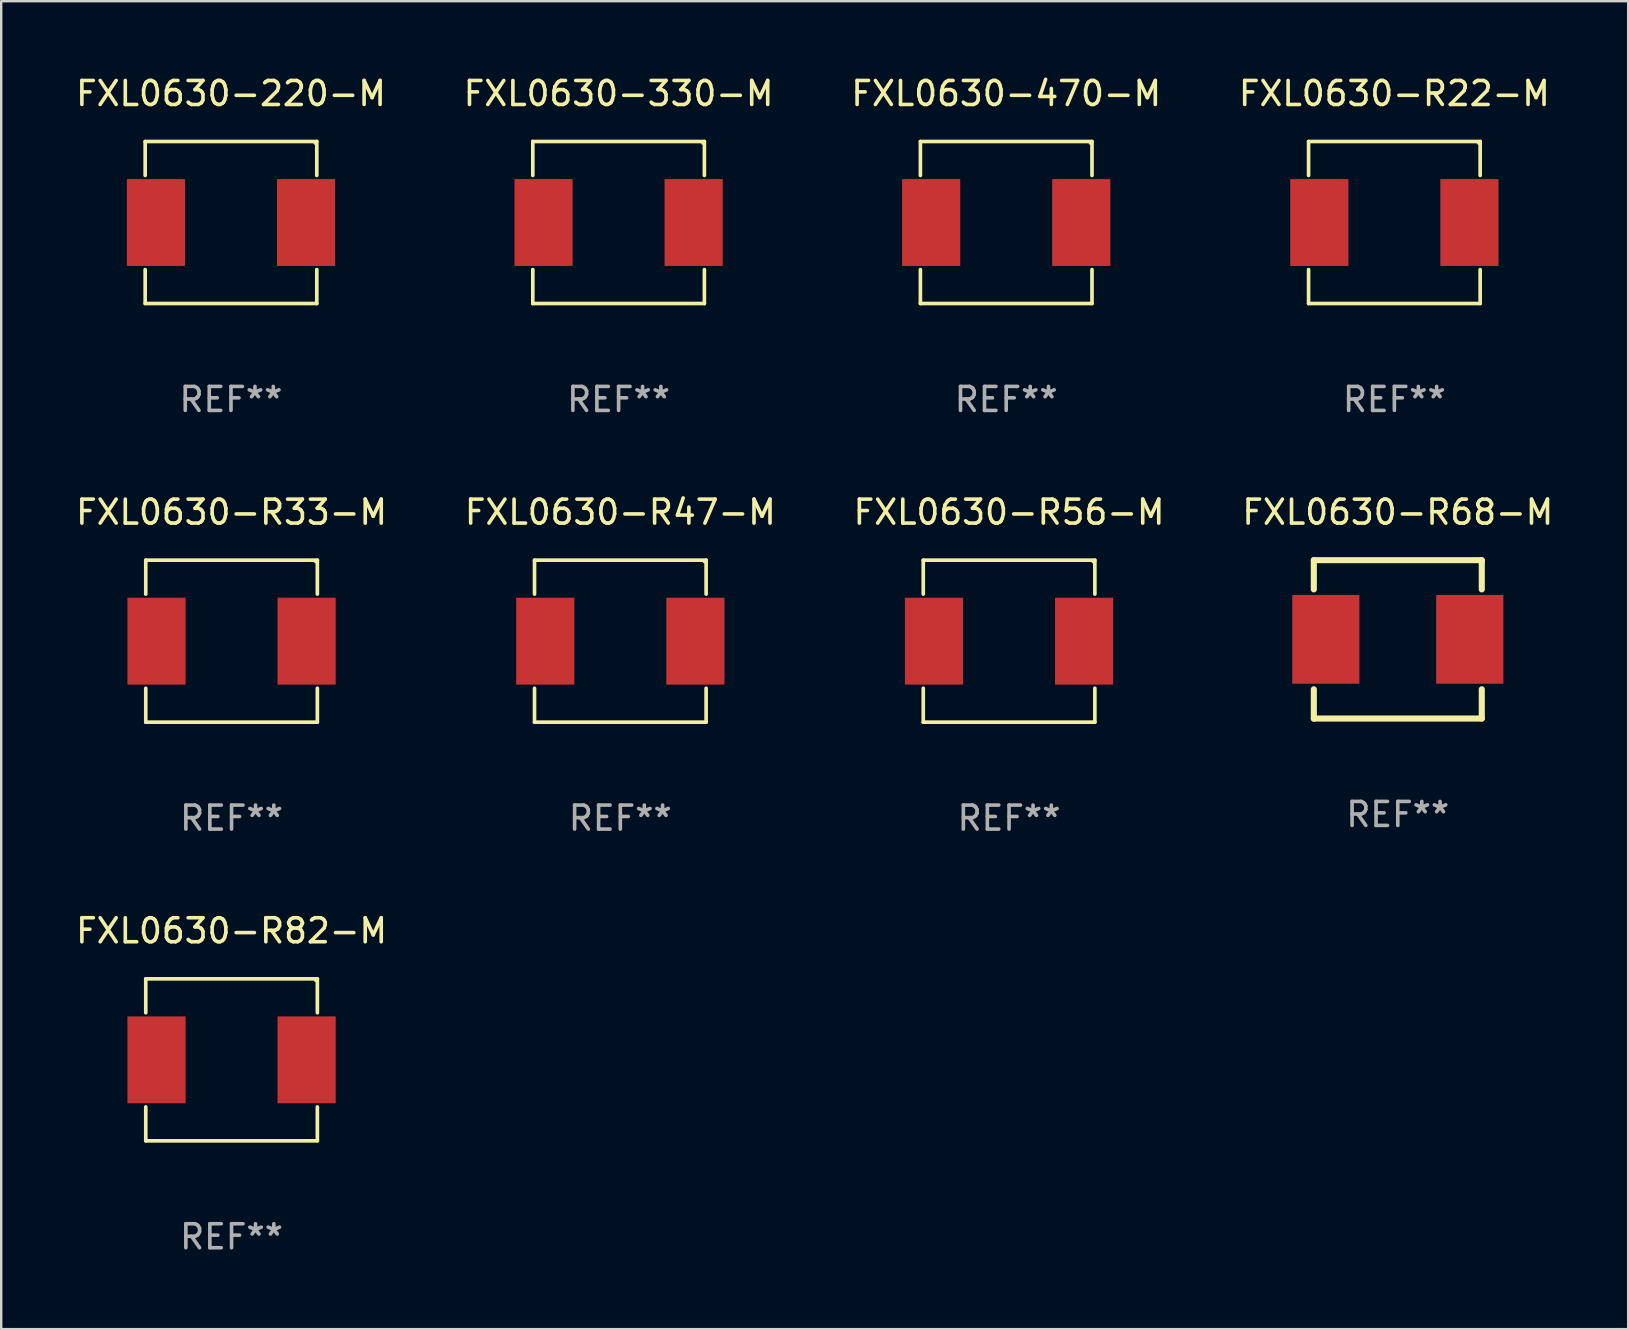
<source format=kicad_pcb>
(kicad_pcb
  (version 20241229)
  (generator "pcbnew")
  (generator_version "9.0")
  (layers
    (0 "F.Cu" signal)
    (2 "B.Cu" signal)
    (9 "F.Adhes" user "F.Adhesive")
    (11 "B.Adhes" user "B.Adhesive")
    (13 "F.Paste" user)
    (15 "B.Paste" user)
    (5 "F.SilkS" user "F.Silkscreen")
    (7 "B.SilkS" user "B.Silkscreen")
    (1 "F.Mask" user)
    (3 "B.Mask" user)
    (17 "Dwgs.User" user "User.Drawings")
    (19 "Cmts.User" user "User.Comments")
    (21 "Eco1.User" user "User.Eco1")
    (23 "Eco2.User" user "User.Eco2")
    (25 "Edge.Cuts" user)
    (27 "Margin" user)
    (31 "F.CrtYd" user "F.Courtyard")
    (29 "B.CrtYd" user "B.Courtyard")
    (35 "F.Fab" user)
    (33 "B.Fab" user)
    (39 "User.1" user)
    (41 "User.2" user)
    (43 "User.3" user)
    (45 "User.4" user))
  (footprint "FXL0630-R56-M"
    (layer "F.Cu")
    (at 39.006 23.673)
    (property "Reference" "FXL0630-R56-M" (at 0 -5.376 0) (layer "F.SilkS") (effects (font (size 1 1) (thickness 0.15))))
    (attr through_hole)
    (fp_line (start -3.576 -3.376) (end 3.576 -3.376) (stroke (width 0.152) (type solid)) (layer "F.SilkS"))
    (fp_line (start -3.576 -1.962) (end -3.576 -3.376) (stroke (width 0.152) (type solid)) (layer "F.SilkS"))
    (fp_line (start -3.576 1.962) (end -3.576 3.376) (stroke (width 0.152) (type solid)) (layer "F.SilkS"))
    (fp_line (start -3.576 3.376) (end 3.576 3.376) (stroke (width 0.152) (type solid)) (layer "F.SilkS"))
    (fp_line (start 3.576 -3.376) (end 3.576 -1.962) (stroke (width 0.152) (type solid)) (layer "F.SilkS"))
    (fp_line (start 3.576 3.376) (end 3.576 1.962) (stroke (width 0.152) (type solid)) (layer "F.SilkS"))
    (fp_circle (center 3.5 -3.3) (end 3.53 -3.3) (stroke (width 0.06) (type solid)) (fill no) (layer "F.SilkS"))
    (fp_text user "REF**" (at 0 7.376 0) (layer "F.Fab") (effects (font (size 1 1) (thickness 0.15))))
    (pad "1" smd rect (at 3.128 0) (size 2.424 3.62) (layers "F.Cu" "F.Mask" "F.Paste"))
    (pad "2" smd rect (at -3.128 0) (size 2.424 3.62) (layers "F.Cu" "F.Mask" "F.Paste")))
  (footprint "FXL0630-R68-M"
    (layer "F.Cu")
    (at 55.208 23.597)
    (property "Reference" "FXL0630-R68-M" (at 0 -5.3 0) (layer "F.SilkS") (effects (font (size 1 1) (thickness 0.15))))
    (attr through_hole)
    (fp_line (start -3.5 -3.3) (end 3.48 -3.3) (stroke (width 0.254) (type solid)) (layer "F.SilkS"))
    (fp_line (start -3.5 -2.081) (end -3.5 -3.3) (stroke (width 0.254) (type solid)) (layer "F.SilkS"))
    (fp_line (start -3.5 3.3) (end -3.5 2.081) (stroke (width 0.254) (type solid)) (layer "F.SilkS"))
    (fp_line (start -3.49 3.3) (end -3.5 3.3) (stroke (width 0.254) (type solid)) (layer "F.SilkS"))
    (fp_line (start 3.48 -3.3) (end 3.5 -3.28) (stroke (width 0.254) (type solid)) (layer "F.SilkS"))
    (fp_line (start 3.5 -3.3) (end 3.5 -2.081) (stroke (width 0.254) (type solid)) (layer "F.SilkS"))
    (fp_line (start 3.5 2.081) (end 3.5 3.3) (stroke (width 0.254) (type solid)) (layer "F.SilkS"))
    (fp_line (start 3.5 3.3) (end -3.49 3.3) (stroke (width 0.254) (type solid)) (layer "F.SilkS"))
    (fp_circle (center -3.5 3.3) (end -3.47 3.3) (stroke (width 0.06) (type solid)) (fill no) (layer "F.SilkS"))
    (fp_text user "REF**" (at 0 7.3 0) (layer "F.Fab") (effects (font (size 1 1) (thickness 0.15))))
    (pad "1" smd rect (at -3 0) (size 2.8 3.7) (layers "F.Cu" "F.Mask" "F.Paste"))
    (pad "2" smd rect (at 3 0) (size 2.8 3.7) (layers "F.Cu" "F.Mask" "F.Paste")))
  (footprint "FXL0630-R47-M"
    (layer "F.Cu")
    (at 22.804 23.673)
    (property "Reference" "FXL0630-R47-M" (at 0 -5.376 0) (layer "F.SilkS") (effects (font (size 1 1) (thickness 0.15))))
    (attr through_hole)
    (fp_line (start -3.576 -3.376) (end 3.576 -3.376) (stroke (width 0.152) (type solid)) (layer "F.SilkS"))
    (fp_line (start -3.576 -1.962) (end -3.576 -3.376) (stroke (width 0.152) (type solid)) (layer "F.SilkS"))
    (fp_line (start -3.576 1.962) (end -3.576 3.376) (stroke (width 0.152) (type solid)) (layer "F.SilkS"))
    (fp_line (start -3.576 3.376) (end 3.576 3.376) (stroke (width 0.152) (type solid)) (layer "F.SilkS"))
    (fp_line (start 3.576 -3.376) (end 3.576 -1.962) (stroke (width 0.152) (type solid)) (layer "F.SilkS"))
    (fp_line (start 3.576 3.376) (end 3.576 1.962) (stroke (width 0.152) (type solid)) (layer "F.SilkS"))
    (fp_circle (center 3.5 -3.3) (end 3.53 -3.3) (stroke (width 0.06) (type solid)) (fill no) (layer "F.SilkS"))
    (fp_text user "REF**" (at 0 7.376 0) (layer "F.Fab") (effects (font (size 1 1) (thickness 0.15))))
    (pad "1" smd rect (at 3.128 0) (size 2.424 3.62) (layers "F.Cu" "F.Mask" "F.Paste"))
    (pad "2" smd rect (at -3.128 0) (size 2.424 3.62) (layers "F.Cu" "F.Mask" "F.Paste")))
  (footprint "FXL0630-R22-M"
    (layer "F.Cu")
    (at 55.065 6.224)
    (property "Reference" "FXL0630-R22-M" (at 0 -5.376 0) (layer "F.SilkS") (effects (font (size 1 1) (thickness 0.15))))
    (attr through_hole)
    (fp_line (start -3.576 -3.376) (end 3.576 -3.376) (stroke (width 0.152) (type solid)) (layer "F.SilkS"))
    (fp_line (start -3.576 -1.962) (end -3.576 -3.376) (stroke (width 0.152) (type solid)) (layer "F.SilkS"))
    (fp_line (start -3.576 1.962) (end -3.576 3.376) (stroke (width 0.152) (type solid)) (layer "F.SilkS"))
    (fp_line (start -3.576 3.376) (end 3.576 3.376) (stroke (width 0.152) (type solid)) (layer "F.SilkS"))
    (fp_line (start 3.576 -3.376) (end 3.576 -1.962) (stroke (width 0.152) (type solid)) (layer "F.SilkS"))
    (fp_line (start 3.576 3.376) (end 3.576 1.962) (stroke (width 0.152) (type solid)) (layer "F.SilkS"))
    (fp_circle (center 3.5 -3.3) (end 3.53 -3.3) (stroke (width 0.06) (type solid)) (fill no) (layer "F.SilkS"))
    (fp_text user "REF**" (at 0 7.376 0) (layer "F.Fab") (effects (font (size 1 1) (thickness 0.15))))
    (pad "1" smd rect (at 3.128 0) (size 2.424 3.62) (layers "F.Cu" "F.Mask" "F.Paste"))
    (pad "2" smd rect (at -3.128 0) (size 2.424 3.62) (layers "F.Cu" "F.Mask" "F.Paste")))
  (footprint "FXL0630-220-M"
    (layer "F.Cu")
    (at 6.577 6.224)
    (property "Reference" "FXL0630-220-M" (at 0 -5.376 0) (layer "F.SilkS") (effects (font (size 1 1) (thickness 0.15))))
    (attr through_hole)
    (fp_line (start -3.576 -3.376) (end 3.576 -3.376) (stroke (width 0.152) (type solid)) (layer "F.SilkS"))
    (fp_line (start -3.576 -1.962) (end -3.576 -3.376) (stroke (width 0.152) (type solid)) (layer "F.SilkS"))
    (fp_line (start -3.576 1.962) (end -3.576 3.376) (stroke (width 0.152) (type solid)) (layer "F.SilkS"))
    (fp_line (start -3.576 3.376) (end 3.576 3.376) (stroke (width 0.152) (type solid)) (layer "F.SilkS"))
    (fp_line (start 3.576 -3.376) (end 3.576 -1.962) (stroke (width 0.152) (type solid)) (layer "F.SilkS"))
    (fp_line (start 3.576 3.376) (end 3.576 1.962) (stroke (width 0.152) (type solid)) (layer "F.SilkS"))
    (fp_circle (center 3.5 -3.3) (end 3.53 -3.3) (stroke (width 0.06) (type solid)) (fill no) (layer "F.SilkS"))
    (fp_text user "REF**" (at 0 7.376 0) (layer "F.Fab") (effects (font (size 1 1) (thickness 0.15))))
    (pad "1" smd rect (at 3.128 0) (size 2.424 3.62) (layers "F.Cu" "F.Mask" "F.Paste"))
    (pad "2" smd rect (at -3.128 0) (size 2.424 3.62) (layers "F.Cu" "F.Mask" "F.Paste")))
  (footprint "FXL0630-470-M"
    (layer "F.Cu")
    (at 38.887 6.224)
    (property "Reference" "FXL0630-470-M" (at 0 -5.376 0) (layer "F.SilkS") (effects (font (size 1 1) (thickness 0.15))))
    (attr through_hole)
    (fp_line (start -3.576 -3.376) (end 3.576 -3.376) (stroke (width 0.152) (type solid)) (layer "F.SilkS"))
    (fp_line (start -3.576 -1.962) (end -3.576 -3.376) (stroke (width 0.152) (type solid)) (layer "F.SilkS"))
    (fp_line (start -3.576 1.962) (end -3.576 3.376) (stroke (width 0.152) (type solid)) (layer "F.SilkS"))
    (fp_line (start -3.576 3.376) (end 3.576 3.376) (stroke (width 0.152) (type solid)) (layer "F.SilkS"))
    (fp_line (start 3.576 -3.376) (end 3.576 -1.962) (stroke (width 0.152) (type solid)) (layer "F.SilkS"))
    (fp_line (start 3.576 3.376) (end 3.576 1.962) (stroke (width 0.152) (type solid)) (layer "F.SilkS"))
    (fp_circle (center 3.5 -3.3) (end 3.53 -3.3) (stroke (width 0.06) (type solid)) (fill no) (layer "F.SilkS"))
    (fp_text user "REF**" (at 0 7.376 0) (layer "F.Fab") (effects (font (size 1 1) (thickness 0.15))))
    (pad "1" smd rect (at 3.128 0) (size 2.424 3.62) (layers "F.Cu" "F.Mask" "F.Paste"))
    (pad "2" smd rect (at -3.128 0) (size 2.424 3.62) (layers "F.Cu" "F.Mask" "F.Paste")))
  (footprint "FXL0630-R33-M"
    (layer "F.Cu")
    (at 6.601 23.673)
    (property "Reference" "FXL0630-R33-M" (at 0 -5.376 0) (layer "F.SilkS") (effects (font (size 1 1) (thickness 0.15))))
    (attr through_hole)
    (fp_line (start -3.576 -3.376) (end 3.576 -3.376) (stroke (width 0.152) (type solid)) (layer "F.SilkS"))
    (fp_line (start -3.576 -1.962) (end -3.576 -3.376) (stroke (width 0.152) (type solid)) (layer "F.SilkS"))
    (fp_line (start -3.576 1.962) (end -3.576 3.376) (stroke (width 0.152) (type solid)) (layer "F.SilkS"))
    (fp_line (start -3.576 3.376) (end 3.576 3.376) (stroke (width 0.152) (type solid)) (layer "F.SilkS"))
    (fp_line (start 3.576 -3.376) (end 3.576 -1.962) (stroke (width 0.152) (type solid)) (layer "F.SilkS"))
    (fp_line (start 3.576 3.376) (end 3.576 1.962) (stroke (width 0.152) (type solid)) (layer "F.SilkS"))
    (fp_circle (center 3.5 -3.3) (end 3.53 -3.3) (stroke (width 0.06) (type solid)) (fill no) (layer "F.SilkS"))
    (fp_text user "REF**" (at 0 7.376 0) (layer "F.Fab") (effects (font (size 1 1) (thickness 0.15))))
    (pad "1" smd rect (at 3.128 0) (size 2.424 3.62) (layers "F.Cu" "F.Mask" "F.Paste"))
    (pad "2" smd rect (at -3.128 0) (size 2.424 3.62) (layers "F.Cu" "F.Mask" "F.Paste")))
  (footprint "FXL0630-330-M"
    (layer "F.Cu")
    (at 22.732 6.224)
    (property "Reference" "FXL0630-330-M" (at 0 -5.376 0) (layer "F.SilkS") (effects (font (size 1 1) (thickness 0.15))))
    (attr through_hole)
    (fp_line (start -3.576 -3.376) (end 3.576 -3.376) (stroke (width 0.152) (type solid)) (layer "F.SilkS"))
    (fp_line (start -3.576 -1.962) (end -3.576 -3.376) (stroke (width 0.152) (type solid)) (layer "F.SilkS"))
    (fp_line (start -3.576 1.962) (end -3.576 3.376) (stroke (width 0.152) (type solid)) (layer "F.SilkS"))
    (fp_line (start -3.576 3.376) (end 3.576 3.376) (stroke (width 0.152) (type solid)) (layer "F.SilkS"))
    (fp_line (start 3.576 -3.376) (end 3.576 -1.962) (stroke (width 0.152) (type solid)) (layer "F.SilkS"))
    (fp_line (start 3.576 3.376) (end 3.576 1.962) (stroke (width 0.152) (type solid)) (layer "F.SilkS"))
    (fp_circle (center 3.5 -3.3) (end 3.53 -3.3) (stroke (width 0.06) (type solid)) (fill no) (layer "F.SilkS"))
    (fp_text user "REF**" (at 0 7.376 0) (layer "F.Fab") (effects (font (size 1 1) (thickness 0.15))))
    (pad "1" smd rect (at 3.128 0) (size 2.424 3.62) (layers "F.Cu" "F.Mask" "F.Paste"))
    (pad "2" smd rect (at -3.128 0) (size 2.424 3.62) (layers "F.Cu" "F.Mask" "F.Paste")))
  (footprint "FXL0630-R82-M"
    (layer "F.Cu")
    (at 6.601 41.122)
    (property "Reference" "FXL0630-R82-M" (at 0 -5.376 0) (layer "F.SilkS") (effects (font (size 1 1) (thickness 0.15))))
    (attr through_hole)
    (fp_line (start -3.576 -3.376) (end 3.576 -3.376) (stroke (width 0.152) (type solid)) (layer "F.SilkS"))
    (fp_line (start -3.576 -1.962) (end -3.576 -3.376) (stroke (width 0.152) (type solid)) (layer "F.SilkS"))
    (fp_line (start -3.576 1.962) (end -3.576 3.376) (stroke (width 0.152) (type solid)) (layer "F.SilkS"))
    (fp_line (start -3.576 3.376) (end 3.576 3.376) (stroke (width 0.152) (type solid)) (layer "F.SilkS"))
    (fp_line (start 3.576 -3.376) (end 3.576 -1.962) (stroke (width 0.152) (type solid)) (layer "F.SilkS"))
    (fp_line (start 3.576 3.376) (end 3.576 1.962) (stroke (width 0.152) (type solid)) (layer "F.SilkS"))
    (fp_circle (center 3.5 -3.3) (end 3.53 -3.3) (stroke (width 0.06) (type solid)) (fill no) (layer "F.SilkS"))
    (fp_text user "REF**" (at 0 7.376 0) (layer "F.Fab") (effects (font (size 1 1) (thickness 0.15))))
    (pad "1" smd rect (at 3.128 0) (size 2.424 3.62) (layers "F.Cu" "F.Mask" "F.Paste"))
    (pad "2" smd rect (at -3.128 0) (size 2.424 3.62) (layers "F.Cu" "F.Mask" "F.Paste")))
  (gr_rect
    (start -3 -3)
    (end 64.81 52.347)
    (stroke (width 0.1) (type default))
    (fill no)
    (layer "Edge.Cuts")))
</source>
